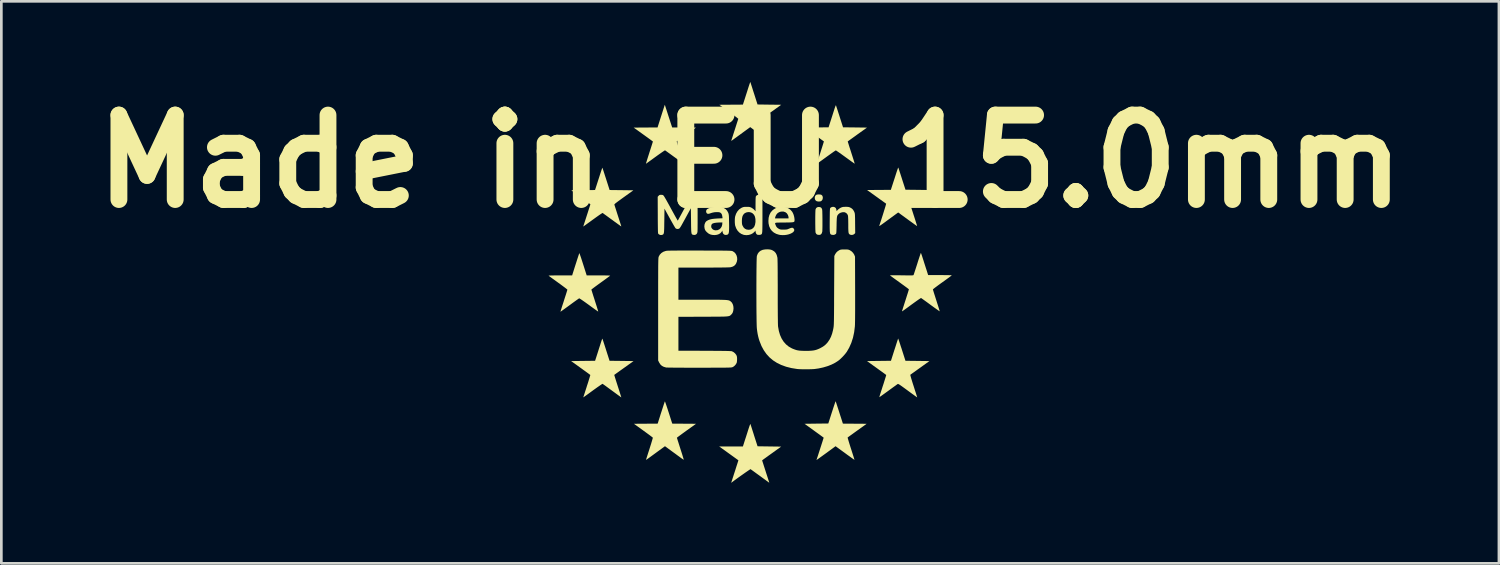
<source format=kicad_pcb>
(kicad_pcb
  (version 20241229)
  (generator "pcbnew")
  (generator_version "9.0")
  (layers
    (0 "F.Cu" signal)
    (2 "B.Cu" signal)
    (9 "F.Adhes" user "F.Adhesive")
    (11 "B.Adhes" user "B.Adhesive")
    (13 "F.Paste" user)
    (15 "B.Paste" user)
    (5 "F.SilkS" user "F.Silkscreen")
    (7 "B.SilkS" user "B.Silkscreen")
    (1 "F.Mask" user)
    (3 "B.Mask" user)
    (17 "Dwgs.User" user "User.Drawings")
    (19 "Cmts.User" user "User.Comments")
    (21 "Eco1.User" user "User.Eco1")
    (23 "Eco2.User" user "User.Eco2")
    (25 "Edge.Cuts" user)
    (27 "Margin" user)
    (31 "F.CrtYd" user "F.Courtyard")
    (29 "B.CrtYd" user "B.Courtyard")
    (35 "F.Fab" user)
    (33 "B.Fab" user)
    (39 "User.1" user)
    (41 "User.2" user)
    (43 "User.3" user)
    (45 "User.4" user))
  (footprint "Made in EU 15.0mm"
    (layer "F.Cu")
    (at 24.857 7.452)
    (property "Reference" "Made in EU 15.0mm" (at 0 -4.5 180) (layer "F.SilkS") (effects (font (size 3.141 3.141) (thickness 0.627))))
    (attr board_only exclude_from_pos_files exclude_from_bom)
    (fp_poly (pts (xy 2.604 -3.267) (xy 2.652 -3.253) (xy 2.684 -3.223) (xy 2.701 -3.179) (xy 2.704 -3.14) (xy 2.694 -3.085) (xy 2.667 -3.042) (xy 2.634 -3.017) (xy 2.596 -3.007) (xy 2.548 -3.005) (xy 2.499 -3.011) (xy 2.47 -3.02) (xy 2.436 -3.046) (xy 2.413 -3.085) (xy 2.404 -3.132) (xy 2.407 -3.179) (xy 2.426 -3.221) (xy 2.44 -3.238) (xy 2.464 -3.255) (xy 2.495 -3.264) (xy 2.539 -3.269)) (stroke (width 0) (type solid)) (fill yes) (layer "F.SilkS"))
    (fp_poly (pts (xy 2.611 -2.794) (xy 2.649 -2.77) (xy 2.673 -2.728) (xy 2.68 -2.701) (xy 2.682 -2.677) (xy 2.685 -2.635) (xy 2.686 -2.576) (xy 2.688 -2.505) (xy 2.689 -2.426) (xy 2.69 -2.341) (xy 2.69 -2.254) (xy 2.69 -2.169) (xy 2.69 -2.088) (xy 2.689 -2.016) (xy 2.687 -1.955) (xy 2.686 -1.909) (xy 2.683 -1.882) (xy 2.666 -1.826) (xy 2.646 -1.797) (xy 2.622 -1.776) (xy 2.597 -1.766) (xy 2.561 -1.764) (xy 2.559 -1.764) (xy 2.511 -1.769) (xy 2.476 -1.786) (xy 2.475 -1.787) (xy 2.452 -1.813) (xy 2.435 -1.848) (xy 2.434 -1.851) (xy 2.431 -1.874) (xy 2.429 -1.916) (xy 2.426 -1.973) (xy 2.425 -2.043) (xy 2.424 -2.123) (xy 2.423 -2.208) (xy 2.423 -2.296) (xy 2.423 -2.384) (xy 2.424 -2.468) (xy 2.425 -2.545) (xy 2.427 -2.612) (xy 2.429 -2.665) (xy 2.432 -2.701) (xy 2.434 -2.715) (xy 2.457 -2.761) (xy 2.493 -2.79) (xy 2.545 -2.802) (xy 2.558 -2.802)) (stroke (width 0) (type solid)) (fill yes) (layer "F.SilkS"))
    (fp_poly (pts (xy 5.513 -4.266) (xy 5.514 -4.265) (xy 5.518 -4.251) (xy 5.529 -4.218) (xy 5.545 -4.169) (xy 5.565 -4.105) (xy 5.59 -4.031) (xy 5.617 -3.947) (xy 5.646 -3.857) (xy 5.649 -3.846) (xy 5.779 -3.444) (xy 6.223 -3.439) (xy 6.666 -3.433) (xy 6.309 -3.177) (xy 6.23 -3.12) (xy 6.157 -3.068) (xy 6.093 -3.021) (xy 6.038 -2.981) (xy 5.995 -2.949) (xy 5.965 -2.926) (xy 5.952 -2.915) (xy 5.951 -2.914) (xy 5.954 -2.903) (xy 5.964 -2.872) (xy 5.979 -2.825) (xy 5.998 -2.764) (xy 6.022 -2.691) (xy 6.049 -2.608) (xy 6.078 -2.518) (xy 6.083 -2.501) (xy 6.113 -2.41) (xy 6.14 -2.326) (xy 6.163 -2.251) (xy 6.183 -2.188) (xy 6.199 -2.138) (xy 6.208 -2.105) (xy 6.212 -2.09) (xy 6.212 -2.09) (xy 6.203 -2.095) (xy 6.178 -2.113) (xy 6.138 -2.14) (xy 6.087 -2.177) (xy 6.025 -2.222) (xy 5.955 -2.272) (xy 5.878 -2.328) (xy 5.859 -2.342) (xy 5.508 -2.598) (xy 5.174 -2.354) (xy 5.082 -2.286) (xy 5.006 -2.23) (xy 4.945 -2.186) (xy 4.897 -2.152) (xy 4.861 -2.127) (xy 4.835 -2.109) (xy 4.818 -2.099) (xy 4.808 -2.094) (xy 4.804 -2.094) (xy 4.803 -2.098) (xy 4.805 -2.105) (xy 4.805 -2.106) (xy 4.841 -2.216) (xy 4.877 -2.324) (xy 4.911 -2.43) (xy 4.943 -2.531) (xy 4.972 -2.625) (xy 4.998 -2.71) (xy 5.021 -2.783) (xy 5.039 -2.844) (xy 5.051 -2.889) (xy 5.058 -2.916) (xy 5.059 -2.925) (xy 5.048 -2.932) (xy 5.021 -2.952) (xy 4.98 -2.981) (xy 4.927 -3.019) (xy 4.864 -3.064) (xy 4.793 -3.115) (xy 4.716 -3.171) (xy 4.7 -3.182) (xy 4.35 -3.433) (xy 4.793 -3.436) (xy 5.235 -3.439) (xy 5.331 -3.737) (xy 5.371 -3.859) (xy 5.404 -3.962) (xy 5.431 -4.046) (xy 5.453 -4.114) (xy 5.471 -4.167) (xy 5.485 -4.207) (xy 5.495 -4.236) (xy 5.502 -4.254) (xy 5.508 -4.264) (xy 5.511 -4.268)) (stroke (width 0) (type solid)) (fill yes) (layer "F.SilkS"))
    (fp_poly (pts (xy 0.014 5.284) (xy 0.025 5.317) (xy 0.041 5.366) (xy 0.061 5.429) (xy 0.085 5.504) (xy 0.112 5.588) (xy 0.141 5.679) (xy 0.145 5.694) (xy 0.276 6.101) (xy 0.715 6.107) (xy 1.154 6.113) (xy 0.826 6.349) (xy 0.749 6.404) (xy 0.677 6.455) (xy 0.613 6.502) (xy 0.558 6.542) (xy 0.514 6.573) (xy 0.485 6.595) (xy 0.471 6.605) (xy 0.446 6.626) (xy 0.575 7.028) (xy 0.604 7.119) (xy 0.632 7.203) (xy 0.656 7.279) (xy 0.677 7.343) (xy 0.693 7.394) (xy 0.704 7.429) (xy 0.71 7.445) (xy 0.71 7.446) (xy 0.71 7.455) (xy 0.701 7.45) (xy 0.685 7.438) (xy 0.655 7.416) (xy 0.612 7.385) (xy 0.559 7.346) (xy 0.498 7.302) (xy 0.432 7.254) (xy 0.364 7.204) (xy 0.296 7.155) (xy 0.229 7.107) (xy 0.168 7.062) (xy 0.114 7.023) (xy 0.069 6.99) (xy 0.036 6.967) (xy 0.018 6.954) (xy 0.015 6.952) (xy 0.004 6.957) (xy -0.022 6.974) (xy -0.062 7) (xy -0.113 7.035) (xy -0.173 7.076) (xy -0.238 7.122) (xy -0.308 7.171) (xy -0.38 7.222) (xy -0.451 7.273) (xy -0.519 7.322) (xy -0.582 7.368) (xy -0.636 7.409) (xy -0.681 7.443) (xy -0.692 7.451) (xy -0.703 7.457) (xy -0.702 7.447) (xy -0.701 7.447) (xy -0.697 7.432) (xy -0.686 7.399) (xy -0.67 7.351) (xy -0.651 7.29) (xy -0.628 7.221) (xy -0.604 7.144) (xy -0.578 7.065) (xy -0.552 6.985) (xy -0.528 6.908) (xy -0.505 6.836) (xy -0.484 6.773) (xy -0.468 6.722) (xy -0.456 6.685) (xy -0.451 6.669) (xy -0.437 6.622) (xy -0.795 6.364) (xy -1.153 6.107) (xy -0.711 6.107) (xy -0.269 6.107) (xy -0.19 5.859) (xy -0.162 5.774) (xy -0.133 5.683) (xy -0.104 5.593) (xy -0.078 5.51) (xy -0.056 5.441) (xy -0.053 5.432) (xy -0.034 5.375) (xy -0.017 5.327) (xy -0.003 5.292) (xy 0.006 5.272) (xy 0.01 5.27)) (stroke (width 0) (type solid)) (fill yes) (layer "F.SilkS"))
    (fp_poly (pts (xy -3.082 -6.319) (xy -3.055 -6.234) (xy -3.027 -6.148) (xy -3 -6.065) (xy -2.976 -5.991) (xy -2.956 -5.93) (xy -2.946 -5.898) (xy -2.901 -5.761) (xy -2.458 -5.758) (xy -2.015 -5.755) (xy -2.333 -5.527) (xy -2.41 -5.473) (xy -2.481 -5.421) (xy -2.547 -5.374) (xy -2.603 -5.333) (xy -2.648 -5.3) (xy -2.679 -5.278) (xy -2.692 -5.268) (xy -2.733 -5.236) (xy -2.6 -4.826) (xy -2.571 -4.735) (xy -2.544 -4.651) (xy -2.521 -4.576) (xy -2.501 -4.512) (xy -2.486 -4.462) (xy -2.476 -4.429) (xy -2.472 -4.413) (xy -2.472 -4.413) (xy -2.482 -4.418) (xy -2.507 -4.436) (xy -2.547 -4.463) (xy -2.598 -4.5) (xy -2.66 -4.544) (xy -2.729 -4.595) (xy -2.805 -4.65) (xy -2.814 -4.656) (xy -2.891 -4.712) (xy -2.962 -4.764) (xy -3.026 -4.81) (xy -3.08 -4.849) (xy -3.123 -4.88) (xy -3.152 -4.9) (xy -3.166 -4.909) (xy -3.166 -4.909) (xy -3.178 -4.904) (xy -3.206 -4.886) (xy -3.247 -4.859) (xy -3.301 -4.822) (xy -3.364 -4.778) (xy -3.435 -4.728) (xy -3.512 -4.672) (xy -3.526 -4.662) (xy -3.603 -4.606) (xy -3.674 -4.554) (xy -3.738 -4.508) (xy -3.792 -4.469) (xy -3.834 -4.439) (xy -3.863 -4.419) (xy -3.876 -4.41) (xy -3.877 -4.41) (xy -3.874 -4.42) (xy -3.866 -4.449) (xy -3.852 -4.495) (xy -3.834 -4.555) (xy -3.811 -4.628) (xy -3.785 -4.71) (xy -3.756 -4.799) (xy -3.75 -4.82) (xy -3.72 -4.912) (xy -3.693 -4.996) (xy -3.669 -5.071) (xy -3.649 -5.135) (xy -3.633 -5.186) (xy -3.622 -5.22) (xy -3.617 -5.235) (xy -3.617 -5.236) (xy -3.626 -5.244) (xy -3.651 -5.263) (xy -3.69 -5.292) (xy -3.742 -5.33) (xy -3.804 -5.375) (xy -3.875 -5.426) (xy -3.952 -5.482) (xy -3.976 -5.499) (xy -4.334 -5.755) (xy -3.889 -5.758) (xy -3.444 -5.761) (xy -3.339 -6.093) (xy -3.311 -6.18) (xy -3.284 -6.265) (xy -3.259 -6.343) (xy -3.237 -6.412) (xy -3.219 -6.468) (xy -3.206 -6.507) (xy -3.204 -6.515) (xy -3.174 -6.604)) (stroke (width 0) (type solid)) (fill yes) (layer "F.SilkS"))
    (fp_poly (pts (xy -3.167 4.438) (xy -3.156 4.466) (xy -3.141 4.51) (xy -3.12 4.57) (xy -3.096 4.641) (xy -3.069 4.723) (xy -3.04 4.813) (xy -3.031 4.84) (xy -2.898 5.258) (xy -2.456 5.261) (xy -2.013 5.264) (xy -2.369 5.519) (xy -2.447 5.576) (xy -2.519 5.628) (xy -2.584 5.676) (xy -2.638 5.716) (xy -2.681 5.748) (xy -2.71 5.77) (xy -2.724 5.782) (xy -2.724 5.782) (xy -2.721 5.795) (xy -2.711 5.825) (xy -2.697 5.873) (xy -2.677 5.934) (xy -2.654 6.008) (xy -2.628 6.09) (xy -2.599 6.18) (xy -2.596 6.191) (xy -2.567 6.281) (xy -2.54 6.365) (xy -2.517 6.439) (xy -2.498 6.502) (xy -2.483 6.551) (xy -2.473 6.585) (xy -2.47 6.599) (xy -2.47 6.599) (xy -2.479 6.597) (xy -2.503 6.583) (xy -2.537 6.56) (xy -2.568 6.538) (xy -2.603 6.512) (xy -2.652 6.476) (xy -2.713 6.432) (xy -2.78 6.382) (xy -2.852 6.33) (xy -2.916 6.283) (xy -3.168 6.098) (xy -3.474 6.321) (xy -3.549 6.376) (xy -3.62 6.428) (xy -3.685 6.475) (xy -3.741 6.516) (xy -3.785 6.548) (xy -3.816 6.57) (xy -3.828 6.578) (xy -3.856 6.597) (xy -3.869 6.604) (xy -3.872 6.6) (xy -3.869 6.586) (xy -3.863 6.569) (xy -3.852 6.534) (xy -3.836 6.483) (xy -3.815 6.418) (xy -3.791 6.342) (xy -3.764 6.259) (xy -3.738 6.177) (xy -3.71 6.088) (xy -3.684 6.006) (xy -3.662 5.933) (xy -3.644 5.871) (xy -3.63 5.824) (xy -3.622 5.792) (xy -3.62 5.78) (xy -3.63 5.771) (xy -3.657 5.75) (xy -3.697 5.719) (xy -3.749 5.68) (xy -3.812 5.634) (xy -3.883 5.582) (xy -3.96 5.526) (xy -3.975 5.515) (xy -4.325 5.264) (xy -3.882 5.261) (xy -3.439 5.258) (xy -3.418 5.189) (xy -3.396 5.118) (xy -3.371 5.04) (xy -3.345 4.957) (xy -3.318 4.871) (xy -3.29 4.786) (xy -3.264 4.705) (xy -3.239 4.629) (xy -3.217 4.561) (xy -3.198 4.505) (xy -3.184 4.462) (xy -3.175 4.437) (xy -3.172 4.43)) (stroke (width 0) (type solid)) (fill yes) (layer "F.SilkS"))
    (fp_poly (pts (xy 1.246 -2.808) (xy 1.337 -2.788) (xy 1.422 -2.752) (xy 1.496 -2.701) (xy 1.557 -2.634) (xy 1.59 -2.58) (xy 1.619 -2.509) (xy 1.64 -2.429) (xy 1.651 -2.351) (xy 1.652 -2.327) (xy 1.652 -2.3) (xy 1.65 -2.279) (xy 1.645 -2.262) (xy 1.633 -2.25) (xy 1.612 -2.24) (xy 1.582 -2.234) (xy 1.538 -2.23) (xy 1.48 -2.227) (xy 1.405 -2.226) (xy 1.31 -2.224) (xy 1.266 -2.224) (xy 1.168 -2.223) (xy 1.09 -2.222) (xy 1.03 -2.221) (xy 0.986 -2.219) (xy 0.957 -2.214) (xy 0.938 -2.208) (xy 0.93 -2.198) (xy 0.929 -2.186) (xy 0.933 -2.169) (xy 0.941 -2.147) (xy 0.945 -2.136) (xy 0.97 -2.078) (xy 1.004 -2.034) (xy 1.051 -1.999) (xy 1.065 -1.991) (xy 1.092 -1.977) (xy 1.116 -1.968) (xy 1.143 -1.963) (xy 1.178 -1.96) (xy 1.229 -1.96) (xy 1.245 -1.96) (xy 1.302 -1.961) (xy 1.344 -1.964) (xy 1.378 -1.969) (xy 1.409 -1.979) (xy 1.44 -1.992) (xy 1.497 -2.015) (xy 1.54 -2.027) (xy 1.571 -2.029) (xy 1.595 -2.02) (xy 1.613 -2.006) (xy 1.637 -1.97) (xy 1.642 -1.934) (xy 1.628 -1.899) (xy 1.599 -1.865) (xy 1.556 -1.835) (xy 1.501 -1.808) (xy 1.437 -1.785) (xy 1.366 -1.768) (xy 1.29 -1.758) (xy 1.212 -1.755) (xy 1.132 -1.76) (xy 1.076 -1.769) (xy 0.971 -1.802) (xy 0.881 -1.851) (xy 0.807 -1.915) (xy 0.749 -1.994) (xy 0.708 -2.087) (xy 0.685 -2.193) (xy 0.68 -2.283) (xy 0.687 -2.378) (xy 0.925 -2.378) (xy 1.177 -2.378) (xy 1.429 -2.378) (xy 1.429 -2.414) (xy 1.424 -2.445) (xy 1.412 -2.485) (xy 1.402 -2.509) (xy 1.364 -2.567) (xy 1.312 -2.607) (xy 1.248 -2.629) (xy 1.225 -2.632) (xy 1.145 -2.629) (xy 1.074 -2.606) (xy 1.014 -2.565) (xy 0.968 -2.508) (xy 0.938 -2.436) (xy 0.932 -2.414) (xy 0.925 -2.378) (xy 0.687 -2.378) (xy 0.688 -2.399) (xy 0.715 -2.502) (xy 0.759 -2.592) (xy 0.821 -2.668) (xy 0.899 -2.729) (xy 0.956 -2.76) (xy 1.052 -2.794) (xy 1.15 -2.81)) (stroke (width 0) (type solid)) (fill yes) (layer "F.SilkS"))
    (fp_poly (pts (xy 3.182 4.431) (xy 3.187 4.442) (xy 3.193 4.462) (xy 3.204 4.491) (xy 3.217 4.533) (xy 3.235 4.587) (xy 3.257 4.656) (xy 3.285 4.741) (xy 3.318 4.845) (xy 3.357 4.967) (xy 3.366 4.993) (xy 3.451 5.258) (xy 3.892 5.261) (xy 4.334 5.264) (xy 3.985 5.515) (xy 3.907 5.571) (xy 3.835 5.623) (xy 3.77 5.67) (xy 3.715 5.709) (xy 3.672 5.741) (xy 3.642 5.762) (xy 3.628 5.772) (xy 3.627 5.772) (xy 3.629 5.784) (xy 3.636 5.814) (xy 3.65 5.861) (xy 3.668 5.923) (xy 3.69 5.996) (xy 3.716 6.079) (xy 3.745 6.169) (xy 3.752 6.19) (xy 3.781 6.282) (xy 3.808 6.366) (xy 3.832 6.441) (xy 3.852 6.505) (xy 3.867 6.555) (xy 3.877 6.589) (xy 3.882 6.605) (xy 3.882 6.606) (xy 3.872 6.6) (xy 3.847 6.583) (xy 3.807 6.555) (xy 3.755 6.518) (xy 3.694 6.473) (xy 3.623 6.423) (xy 3.547 6.367) (xy 3.528 6.353) (xy 3.178 6.098) (xy 3.121 6.14) (xy 3.047 6.195) (xy 2.969 6.252) (xy 2.89 6.309) (xy 2.813 6.366) (xy 2.738 6.42) (xy 2.669 6.47) (xy 2.606 6.515) (xy 2.554 6.553) (xy 2.512 6.582) (xy 2.485 6.601) (xy 2.473 6.609) (xy 2.472 6.609) (xy 2.47 6.603) (xy 2.471 6.601) (xy 2.475 6.589) (xy 2.485 6.559) (xy 2.5 6.513) (xy 2.52 6.455) (xy 2.542 6.386) (xy 2.566 6.311) (xy 2.592 6.231) (xy 2.618 6.15) (xy 2.644 6.07) (xy 2.668 5.995) (xy 2.69 5.927) (xy 2.708 5.868) (xy 2.723 5.822) (xy 2.732 5.792) (xy 2.735 5.781) (xy 2.735 5.781) (xy 2.727 5.773) (xy 2.702 5.755) (xy 2.662 5.726) (xy 2.611 5.688) (xy 2.549 5.643) (xy 2.478 5.592) (xy 2.401 5.536) (xy 2.379 5.52) (xy 2.023 5.264) (xy 2.465 5.258) (xy 2.908 5.253) (xy 3.041 4.837) (xy 3.071 4.746) (xy 3.098 4.661) (xy 3.123 4.587) (xy 3.144 4.524) (xy 3.161 4.474) (xy 3.173 4.441) (xy 3.179 4.427) (xy 3.18 4.426)) (stroke (width 0) (type solid)) (fill yes) (layer "F.SilkS"))
    (fp_poly (pts (xy 0.012 -7.439) (xy 0.022 -7.407) (xy 0.037 -7.359) (xy 0.057 -7.297) (xy 0.081 -7.223) (xy 0.107 -7.139) (xy 0.136 -7.049) (xy 0.143 -7.028) (xy 0.275 -6.615) (xy 0.715 -6.609) (xy 1.156 -6.604) (xy 0.801 -6.349) (xy 0.723 -6.293) (xy 0.651 -6.241) (xy 0.586 -6.194) (xy 0.532 -6.154) (xy 0.489 -6.123) (xy 0.46 -6.101) (xy 0.447 -6.09) (xy 0.447 -6.09) (xy 0.45 -6.079) (xy 0.459 -6.049) (xy 0.473 -6.004) (xy 0.492 -5.946) (xy 0.513 -5.878) (xy 0.537 -5.803) (xy 0.563 -5.724) (xy 0.589 -5.643) (xy 0.614 -5.564) (xy 0.639 -5.488) (xy 0.661 -5.42) (xy 0.68 -5.361) (xy 0.695 -5.315) (xy 0.703 -5.289) (xy 0.707 -5.279) (xy 0.71 -5.272) (xy 0.71 -5.267) (xy 0.706 -5.266) (xy 0.697 -5.271) (xy 0.68 -5.281) (xy 0.654 -5.299) (xy 0.618 -5.325) (xy 0.569 -5.36) (xy 0.506 -5.406) (xy 0.428 -5.463) (xy 0.38 -5.498) (xy 0.305 -5.553) (xy 0.235 -5.603) (xy 0.172 -5.649) (xy 0.118 -5.689) (xy 0.076 -5.719) (xy 0.048 -5.74) (xy 0.038 -5.747) (xy 0.003 -5.772) (xy -0.297 -5.553) (xy -0.372 -5.498) (xy -0.443 -5.447) (xy -0.508 -5.399) (xy -0.565 -5.358) (xy -0.61 -5.325) (xy -0.641 -5.302) (xy -0.652 -5.294) (xy -0.681 -5.273) (xy -0.697 -5.264) (xy -0.701 -5.267) (xy -0.698 -5.28) (xy -0.698 -5.282) (xy -0.693 -5.298) (xy -0.682 -5.332) (xy -0.666 -5.381) (xy -0.646 -5.442) (xy -0.624 -5.513) (xy -0.599 -5.59) (xy -0.573 -5.67) (xy -0.547 -5.751) (xy -0.522 -5.829) (xy -0.499 -5.902) (xy -0.478 -5.966) (xy -0.461 -6.019) (xy -0.449 -6.057) (xy -0.442 -6.078) (xy -0.441 -6.081) (xy -0.449 -6.09) (xy -0.473 -6.11) (xy -0.512 -6.141) (xy -0.563 -6.18) (xy -0.624 -6.226) (xy -0.694 -6.278) (xy -0.771 -6.333) (xy -0.792 -6.349) (xy -1.147 -6.604) (xy -0.708 -6.607) (xy -0.269 -6.61) (xy -0.189 -6.858) (xy -0.162 -6.943) (xy -0.133 -7.033) (xy -0.104 -7.123) (xy -0.078 -7.206) (xy -0.056 -7.275) (xy -0.053 -7.284) (xy -0.034 -7.342) (xy -0.017 -7.391) (xy -0.004 -7.427) (xy 0.005 -7.448) (xy 0.007 -7.452)) (stroke (width 0) (type solid)) (fill yes) (layer "F.SilkS"))
    (fp_poly (pts (xy 5.511 2.102) (xy 5.521 2.13) (xy 5.537 2.175) (xy 5.557 2.235) (xy 5.581 2.307) (xy 5.607 2.389) (xy 5.637 2.478) (xy 5.645 2.504) (xy 5.778 2.92) (xy 6.224 2.925) (xy 6.669 2.931) (xy 6.32 3.182) (xy 6.241 3.238) (xy 6.169 3.29) (xy 6.104 3.337) (xy 6.048 3.376) (xy 6.004 3.408) (xy 5.974 3.429) (xy 5.96 3.44) (xy 5.959 3.44) (xy 5.96 3.452) (xy 5.967 3.484) (xy 5.98 3.532) (xy 5.999 3.597) (xy 6.023 3.676) (xy 6.051 3.766) (xy 6.083 3.864) (xy 6.112 3.956) (xy 6.139 4.041) (xy 6.164 4.117) (xy 6.184 4.181) (xy 6.2 4.231) (xy 6.21 4.266) (xy 6.215 4.282) (xy 6.215 4.283) (xy 6.206 4.277) (xy 6.181 4.259) (xy 6.141 4.231) (xy 6.09 4.193) (xy 6.028 4.149) (xy 5.958 4.098) (xy 5.882 4.042) (xy 5.862 4.027) (xy 5.773 3.962) (xy 5.7 3.909) (xy 5.642 3.867) (xy 5.596 3.835) (xy 5.561 3.811) (xy 5.535 3.796) (xy 5.516 3.786) (xy 5.504 3.782) (xy 5.495 3.782) (xy 5.488 3.785) (xy 5.474 3.795) (xy 5.444 3.816) (xy 5.401 3.848) (xy 5.346 3.887) (xy 5.281 3.934) (xy 5.21 3.986) (xy 5.138 4.039) (xy 5.063 4.093) (xy 4.994 4.143) (xy 4.932 4.187) (xy 4.881 4.224) (xy 4.842 4.251) (xy 4.816 4.269) (xy 4.806 4.274) (xy 4.809 4.263) (xy 4.817 4.233) (xy 4.831 4.186) (xy 4.85 4.125) (xy 4.873 4.052) (xy 4.9 3.97) (xy 4.928 3.88) (xy 4.934 3.863) (xy 4.964 3.772) (xy 4.99 3.688) (xy 5.014 3.612) (xy 5.034 3.549) (xy 5.049 3.499) (xy 5.059 3.465) (xy 5.062 3.449) (xy 5.062 3.449) (xy 5.052 3.44) (xy 5.027 3.421) (xy 4.991 3.394) (xy 4.946 3.361) (xy 4.927 3.347) (xy 4.878 3.312) (xy 4.816 3.268) (xy 4.746 3.217) (xy 4.671 3.163) (xy 4.598 3.111) (xy 4.572 3.092) (xy 4.349 2.931) (xy 4.794 2.925) (xy 5.239 2.92) (xy 5.37 2.508) (xy 5.4 2.417) (xy 5.427 2.333) (xy 5.451 2.257) (xy 5.472 2.193) (xy 5.489 2.143) (xy 5.5 2.109) (xy 5.506 2.094) (xy 5.507 2.093)) (stroke (width 0) (type solid)) (fill yes) (layer "F.SilkS"))
    (fp_poly (pts (xy -5.494 2.099) (xy -5.49 2.113) (xy -5.479 2.146) (xy -5.463 2.195) (xy -5.443 2.258) (xy -5.418 2.333) (xy -5.391 2.417) (xy -5.362 2.507) (xy -5.359 2.518) (xy -5.23 2.92) (xy -4.784 2.925) (xy -4.338 2.931) (xy -4.695 3.187) (xy -4.774 3.243) (xy -4.847 3.295) (xy -4.912 3.342) (xy -4.967 3.381) (xy -5.01 3.413) (xy -5.04 3.434) (xy -5.054 3.444) (xy -5.055 3.445) (xy -5.053 3.456) (xy -5.044 3.485) (xy -5.03 3.532) (xy -5.011 3.593) (xy -4.988 3.666) (xy -4.962 3.748) (xy -4.933 3.838) (xy -4.925 3.864) (xy -4.895 3.956) (xy -4.868 4.041) (xy -4.844 4.116) (xy -4.824 4.181) (xy -4.808 4.231) (xy -4.797 4.265) (xy -4.793 4.281) (xy -4.793 4.282) (xy -4.802 4.276) (xy -4.827 4.258) (xy -4.866 4.23) (xy -4.918 4.193) (xy -4.979 4.148) (xy -5.049 4.097) (xy -5.124 4.042) (xy -5.136 4.033) (xy -5.213 3.977) (xy -5.284 3.925) (xy -5.348 3.878) (xy -5.403 3.838) (xy -5.446 3.808) (xy -5.475 3.787) (xy -5.489 3.777) (xy -5.49 3.777) (xy -5.502 3.782) (xy -5.529 3.799) (xy -5.571 3.827) (xy -5.624 3.864) (xy -5.688 3.908) (xy -5.759 3.959) (xy -5.836 4.014) (xy -5.856 4.029) (xy -5.933 4.085) (xy -6.005 4.138) (xy -6.069 4.184) (xy -6.123 4.223) (xy -6.165 4.253) (xy -6.194 4.274) (xy -6.207 4.282) (xy -6.207 4.283) (xy -6.204 4.272) (xy -6.195 4.242) (xy -6.18 4.195) (xy -6.16 4.134) (xy -6.137 4.061) (xy -6.11 3.979) (xy -6.081 3.889) (xy -6.075 3.867) (xy -6.045 3.776) (xy -6.018 3.691) (xy -5.995 3.615) (xy -5.975 3.551) (xy -5.96 3.5) (xy -5.95 3.465) (xy -5.946 3.449) (xy -5.946 3.448) (xy -5.956 3.44) (xy -5.982 3.42) (xy -6.023 3.39) (xy -6.075 3.352) (xy -6.138 3.306) (xy -6.209 3.255) (xy -6.286 3.199) (xy -6.306 3.185) (xy -6.66 2.931) (xy -6.214 2.925) (xy -5.768 2.92) (xy -5.68 2.646) (xy -5.653 2.562) (xy -5.626 2.475) (xy -5.599 2.391) (xy -5.575 2.316) (xy -5.555 2.253) (xy -5.547 2.227) (xy -5.53 2.176) (xy -5.515 2.135) (xy -5.503 2.108) (xy -5.496 2.098)) (stroke (width 0) (type solid)) (fill yes) (layer "F.SilkS"))
    (fp_poly (pts (xy 3.197 -6.573) (xy 3.207 -6.54) (xy 3.223 -6.491) (xy 3.244 -6.427) (xy 3.268 -6.353) (xy 3.295 -6.269) (xy 3.324 -6.179) (xy 3.327 -6.168) (xy 3.456 -5.766) (xy 3.902 -5.761) (xy 4.347 -5.755) (xy 3.99 -5.5) (xy 3.912 -5.443) (xy 3.839 -5.391) (xy 3.774 -5.344) (xy 3.719 -5.305) (xy 3.676 -5.274) (xy 3.646 -5.252) (xy 3.632 -5.242) (xy 3.631 -5.241) (xy 3.633 -5.231) (xy 3.642 -5.201) (xy 3.657 -5.155) (xy 3.675 -5.094) (xy 3.698 -5.021) (xy 3.725 -4.939) (xy 3.754 -4.849) (xy 3.761 -4.827) (xy 3.79 -4.736) (xy 3.817 -4.651) (xy 3.841 -4.576) (xy 3.861 -4.512) (xy 3.876 -4.462) (xy 3.886 -4.428) (xy 3.89 -4.412) (xy 3.89 -4.412) (xy 3.881 -4.417) (xy 3.855 -4.434) (xy 3.816 -4.462) (xy 3.764 -4.499) (xy 3.703 -4.543) (xy 3.633 -4.594) (xy 3.557 -4.649) (xy 3.546 -4.657) (xy 3.469 -4.713) (xy 3.397 -4.765) (xy 3.332 -4.811) (xy 3.277 -4.849) (xy 3.233 -4.879) (xy 3.203 -4.899) (xy 3.189 -4.907) (xy 3.188 -4.907) (xy 3.176 -4.9) (xy 3.147 -4.882) (xy 3.105 -4.854) (xy 3.051 -4.816) (xy 2.988 -4.771) (xy 2.917 -4.72) (xy 2.84 -4.665) (xy 2.831 -4.658) (xy 2.755 -4.603) (xy 2.684 -4.551) (xy 2.621 -4.506) (xy 2.567 -4.467) (xy 2.526 -4.438) (xy 2.498 -4.418) (xy 2.486 -4.41) (xy 2.485 -4.41) (xy 2.484 -4.419) (xy 2.49 -4.441) (xy 2.505 -4.487) (xy 2.524 -4.546) (xy 2.547 -4.615) (xy 2.571 -4.691) (xy 2.597 -4.771) (xy 2.623 -4.853) (xy 2.648 -4.934) (xy 2.673 -5.011) (xy 2.695 -5.081) (xy 2.714 -5.142) (xy 2.729 -5.191) (xy 2.739 -5.224) (xy 2.744 -5.241) (xy 2.744 -5.241) (xy 2.735 -5.248) (xy 2.709 -5.267) (xy 2.669 -5.295) (xy 2.617 -5.333) (xy 2.555 -5.378) (xy 2.484 -5.428) (xy 2.407 -5.484) (xy 2.385 -5.499) (xy 2.029 -5.755) (xy 2.474 -5.761) (xy 2.918 -5.766) (xy 2.997 -6.012) (xy 3.024 -6.096) (xy 3.053 -6.186) (xy 3.081 -6.274) (xy 3.107 -6.356) (xy 3.128 -6.423) (xy 3.131 -6.43) (xy 3.149 -6.487) (xy 3.166 -6.534) (xy 3.18 -6.568) (xy 3.189 -6.585) (xy 3.192 -6.587)) (stroke (width 0) (type solid)) (fill yes) (layer "F.SilkS"))
    (fp_poly (pts (xy -5.493 -4.25) (xy -5.482 -4.22) (xy -5.466 -4.173) (xy -5.446 -4.111) (xy -5.422 -4.038) (xy -5.396 -3.955) (xy -5.366 -3.865) (xy -5.36 -3.845) (xy -5.228 -3.433) (xy -4.786 -3.428) (xy -4.344 -3.422) (xy -4.701 -3.166) (xy -4.792 -3.1) (xy -4.866 -3.046) (xy -4.925 -3.003) (xy -4.971 -2.968) (xy -5.005 -2.942) (xy -5.028 -2.921) (xy -5.042 -2.907) (xy -5.05 -2.896) (xy -5.051 -2.888) (xy -5.051 -2.887) (xy -5.045 -2.869) (xy -5.034 -2.834) (xy -5.018 -2.784) (xy -4.998 -2.722) (xy -4.975 -2.651) (xy -4.951 -2.574) (xy -4.925 -2.494) (xy -4.899 -2.414) (xy -4.874 -2.336) (xy -4.851 -2.264) (xy -4.831 -2.201) (xy -4.814 -2.149) (xy -4.802 -2.112) (xy -4.796 -2.092) (xy -4.795 -2.09) (xy -4.796 -2.081) (xy -4.804 -2.084) (xy -4.815 -2.091) (xy -4.841 -2.11) (xy -4.881 -2.139) (xy -4.932 -2.175) (xy -4.99 -2.218) (xy -5.055 -2.264) (xy -5.122 -2.314) (xy -5.191 -2.363) (xy -5.258 -2.412) (xy -5.321 -2.458) (xy -5.377 -2.499) (xy -5.425 -2.533) (xy -5.461 -2.56) (xy -5.483 -2.576) (xy -5.487 -2.58) (xy -5.499 -2.575) (xy -5.526 -2.559) (xy -5.568 -2.532) (xy -5.622 -2.495) (xy -5.687 -2.449) (xy -5.76 -2.397) (xy -5.84 -2.339) (xy -5.85 -2.332) (xy -5.927 -2.276) (xy -5.999 -2.224) (xy -6.064 -2.177) (xy -6.118 -2.138) (xy -6.161 -2.107) (xy -6.191 -2.086) (xy -6.204 -2.077) (xy -6.205 -2.077) (xy -6.206 -2.085) (xy -6.203 -2.094) (xy -6.198 -2.108) (xy -6.188 -2.141) (xy -6.172 -2.19) (xy -6.151 -2.253) (xy -6.127 -2.328) (xy -6.1 -2.411) (xy -6.072 -2.498) (xy -6.043 -2.587) (xy -6.017 -2.67) (xy -5.993 -2.743) (xy -5.973 -2.805) (xy -5.958 -2.853) (xy -5.947 -2.885) (xy -5.943 -2.897) (xy -5.951 -2.906) (xy -5.975 -2.926) (xy -6.014 -2.957) (xy -6.065 -2.995) (xy -6.126 -3.041) (xy -6.197 -3.093) (xy -6.273 -3.149) (xy -6.297 -3.165) (xy -6.654 -3.422) (xy -6.212 -3.428) (xy -5.77 -3.433) (xy -5.716 -3.601) (xy -5.696 -3.663) (xy -5.671 -3.741) (xy -5.643 -3.828) (xy -5.614 -3.917) (xy -5.587 -4.002) (xy -5.582 -4.017) (xy -5.559 -4.087) (xy -5.539 -4.149) (xy -5.521 -4.2) (xy -5.508 -4.238) (xy -5.499 -4.258) (xy -5.497 -4.261)) (stroke (width 0) (type solid)) (fill yes) (layer "F.SilkS"))
    (fp_poly (pts (xy 3.61 -2.807) (xy 3.649 -2.804) (xy 3.679 -2.798) (xy 3.708 -2.787) (xy 3.732 -2.776) (xy 3.787 -2.742) (xy 3.829 -2.699) (xy 3.864 -2.641) (xy 3.878 -2.61) (xy 3.884 -2.593) (xy 3.89 -2.575) (xy 3.894 -2.554) (xy 3.897 -2.527) (xy 3.9 -2.491) (xy 3.901 -2.445) (xy 3.903 -2.384) (xy 3.904 -2.308) (xy 3.905 -2.212) (xy 3.905 -2.191) (xy 3.909 -1.831) (xy 3.876 -1.797) (xy 3.835 -1.771) (xy 3.785 -1.761) (xy 3.735 -1.767) (xy 3.7 -1.783) (xy 3.686 -1.794) (xy 3.675 -1.809) (xy 3.666 -1.83) (xy 3.66 -1.86) (xy 3.656 -1.901) (xy 3.653 -1.957) (xy 3.651 -2.028) (xy 3.651 -2.119) (xy 3.651 -2.154) (xy 3.65 -2.247) (xy 3.649 -2.329) (xy 3.646 -2.396) (xy 3.643 -2.447) (xy 3.64 -2.479) (xy 3.638 -2.484) (xy 3.613 -2.537) (xy 3.573 -2.578) (xy 3.522 -2.603) (xy 3.503 -2.607) (xy 3.44 -2.607) (xy 3.375 -2.592) (xy 3.318 -2.563) (xy 3.294 -2.543) (xy 3.274 -2.523) (xy 3.258 -2.503) (xy 3.245 -2.481) (xy 3.236 -2.455) (xy 3.229 -2.42) (xy 3.224 -2.376) (xy 3.221 -2.318) (xy 3.218 -2.245) (xy 3.216 -2.152) (xy 3.216 -2.124) (xy 3.214 -2.034) (xy 3.212 -1.963) (xy 3.21 -1.909) (xy 3.208 -1.87) (xy 3.205 -1.842) (xy 3.202 -1.823) (xy 3.197 -1.81) (xy 3.191 -1.802) (xy 3.186 -1.797) (xy 3.149 -1.773) (xy 3.101 -1.762) (xy 3.051 -1.765) (xy 3.029 -1.77) (xy 3.011 -1.776) (xy 2.996 -1.786) (xy 2.984 -1.8) (xy 2.975 -1.822) (xy 2.969 -1.853) (xy 2.964 -1.896) (xy 2.962 -1.951) (xy 2.96 -2.022) (xy 2.96 -2.109) (xy 2.96 -2.215) (xy 2.961 -2.302) (xy 2.962 -2.413) (xy 2.963 -2.504) (xy 2.964 -2.578) (xy 2.965 -2.635) (xy 2.967 -2.678) (xy 2.969 -2.711) (xy 2.971 -2.733) (xy 2.975 -2.748) (xy 2.979 -2.759) (xy 2.984 -2.766) (xy 2.985 -2.768) (xy 3.021 -2.793) (xy 3.069 -2.806) (xy 3.112 -2.805) (xy 3.158 -2.788) (xy 3.19 -2.754) (xy 3.208 -2.704) (xy 3.209 -2.699) (xy 3.216 -2.648) (xy 3.261 -2.696) (xy 3.301 -2.731) (xy 3.352 -2.764) (xy 3.375 -2.776) (xy 3.41 -2.791) (xy 3.442 -2.8) (xy 3.476 -2.805) (xy 3.521 -2.807) (xy 3.556 -2.808)) (stroke (width 0) (type solid)) (fill yes) (layer "F.SilkS"))
    (fp_poly (pts (xy 0.371 -3.251) (xy 0.412 -3.23) (xy 0.427 -3.216) (xy 0.458 -3.182) (xy 0.458 -2.517) (xy 0.458 -2.373) (xy 0.458 -2.25) (xy 0.457 -2.147) (xy 0.456 -2.06) (xy 0.455 -1.989) (xy 0.453 -1.932) (xy 0.451 -1.887) (xy 0.447 -1.853) (xy 0.442 -1.827) (xy 0.437 -1.809) (xy 0.43 -1.796) (xy 0.421 -1.787) (xy 0.411 -1.78) (xy 0.401 -1.775) (xy 0.368 -1.765) (xy 0.326 -1.763) (xy 0.284 -1.767) (xy 0.257 -1.775) (xy 0.233 -1.798) (xy 0.214 -1.834) (xy 0.202 -1.876) (xy 0.201 -1.895) (xy 0.201 -1.925) (xy 0.166 -1.883) (xy 0.106 -1.828) (xy 0.033 -1.787) (xy -0.05 -1.762) (xy -0.138 -1.753) (xy -0.227 -1.763) (xy -0.246 -1.768) (xy -0.332 -1.802) (xy -0.407 -1.855) (xy -0.471 -1.925) (xy -0.521 -2.01) (xy -0.556 -2.108) (xy -0.558 -2.116) (xy -0.565 -2.163) (xy -0.57 -2.225) (xy -0.571 -2.283) (xy -0.307 -2.283) (xy -0.306 -2.225) (xy -0.303 -2.182) (xy -0.298 -2.15) (xy -0.288 -2.121) (xy -0.281 -2.105) (xy -0.242 -2.038) (xy -0.193 -1.992) (xy -0.134 -1.964) (xy -0.062 -1.954) (xy -0.056 -1.954) (xy -0.004 -1.959) (xy 0.043 -1.972) (xy 0.05 -1.975) (xy 0.109 -2.014) (xy 0.153 -2.069) (xy 0.182 -2.142) (xy 0.197 -2.232) (xy 0.199 -2.25) (xy 0.197 -2.352) (xy 0.18 -2.437) (xy 0.148 -2.506) (xy 0.1 -2.559) (xy 0.056 -2.587) (xy -0.005 -2.608) (xy -0.072 -2.612) (xy -0.137 -2.6) (xy -0.195 -2.574) (xy -0.231 -2.544) (xy -0.265 -2.499) (xy -0.288 -2.446) (xy -0.301 -2.383) (xy -0.307 -2.303) (xy -0.307 -2.283) (xy -0.571 -2.283) (xy -0.571 -2.294) (xy -0.569 -2.361) (xy -0.563 -2.419) (xy -0.557 -2.451) (xy -0.523 -2.551) (xy -0.473 -2.638) (xy -0.41 -2.71) (xy -0.334 -2.763) (xy -0.31 -2.776) (xy -0.274 -2.791) (xy -0.243 -2.8) (xy -0.209 -2.805) (xy -0.164 -2.807) (xy -0.128 -2.807) (xy -0.075 -2.807) (xy -0.036 -2.804) (xy -0.006 -2.798) (xy 0.023 -2.787) (xy 0.049 -2.775) (xy 0.092 -2.748) (xy 0.135 -2.715) (xy 0.157 -2.692) (xy 0.201 -2.643) (xy 0.201 -2.906) (xy 0.202 -3.007) (xy 0.203 -3.087) (xy 0.206 -3.147) (xy 0.21 -3.184) (xy 0.214 -3.198) (xy 0.24 -3.23) (xy 0.279 -3.25) (xy 0.324 -3.257)) (stroke (width 0) (type solid)) (fill yes) (layer "F.SilkS"))
    (fp_poly (pts (xy -1.178 -2.81) (xy -1.073 -2.796) (xy -0.986 -2.768) (xy -0.914 -2.724) (xy -0.858 -2.665) (xy -0.817 -2.59) (xy -0.815 -2.585) (xy -0.807 -2.563) (xy -0.801 -2.541) (xy -0.796 -2.516) (xy -0.792 -2.486) (xy -0.789 -2.445) (xy -0.787 -2.393) (xy -0.786 -2.325) (xy -0.784 -2.237) (xy -0.784 -2.23) (xy -0.782 -2.118) (xy -0.782 -2.026) (xy -0.784 -1.952) (xy -0.787 -1.895) (xy -0.793 -1.851) (xy -0.802 -1.819) (xy -0.814 -1.796) (xy -0.83 -1.781) (xy -0.85 -1.771) (xy -0.871 -1.765) (xy -0.926 -1.762) (xy -0.971 -1.778) (xy -1.004 -1.812) (xy -1.024 -1.864) (xy -1.027 -1.88) (xy -1.033 -1.926) (xy -1.057 -1.884) (xy -1.101 -1.832) (xy -1.16 -1.793) (xy -1.232 -1.768) (xy -1.315 -1.757) (xy -1.405 -1.762) (xy -1.419 -1.764) (xy -1.488 -1.783) (xy -1.55 -1.815) (xy -1.611 -1.866) (xy -1.615 -1.87) (xy -1.651 -1.909) (xy -1.674 -1.945) (xy -1.691 -1.988) (xy -1.692 -1.992) (xy -1.704 -2.071) (xy -1.703 -2.088) (xy -1.449 -2.088) (xy -1.444 -2.044) (xy -1.437 -2.025) (xy -1.4 -1.977) (xy -1.351 -1.946) (xy -1.291 -1.933) (xy -1.222 -1.939) (xy -1.203 -1.943) (xy -1.144 -1.971) (xy -1.095 -2.015) (xy -1.059 -2.073) (xy -1.039 -2.141) (xy -1.037 -2.166) (xy -1.033 -2.227) (xy -1.161 -2.224) (xy -1.256 -2.218) (xy -1.331 -2.207) (xy -1.387 -2.19) (xy -1.421 -2.169) (xy -1.422 -2.167) (xy -1.441 -2.132) (xy -1.449 -2.088) (xy -1.703 -2.088) (xy -1.697 -2.149) (xy -1.675 -2.209) (xy -1.654 -2.245) (xy -1.627 -2.273) (xy -1.59 -2.296) (xy -1.552 -2.316) (xy -1.506 -2.333) (xy -1.454 -2.347) (xy -1.393 -2.358) (xy -1.318 -2.366) (xy -1.226 -2.373) (xy -1.186 -2.375) (xy -1.026 -2.382) (xy -1.034 -2.444) (xy -1.046 -2.506) (xy -1.066 -2.551) (xy -1.097 -2.583) (xy -1.109 -2.591) (xy -1.145 -2.605) (xy -1.196 -2.611) (xy -1.258 -2.611) (xy -1.325 -2.606) (xy -1.39 -2.594) (xy -1.45 -2.577) (xy -1.456 -2.575) (xy -1.512 -2.555) (xy -1.554 -2.547) (xy -1.585 -2.55) (xy -1.608 -2.564) (xy -1.619 -2.576) (xy -1.637 -2.616) (xy -1.637 -2.659) (xy -1.62 -2.7) (xy -1.601 -2.72) (xy -1.56 -2.744) (xy -1.501 -2.767) (xy -1.43 -2.785) (xy -1.353 -2.8) (xy -1.274 -2.809) (xy -1.2 -2.811)) (stroke (width 0) (type solid)) (fill yes) (layer "F.SilkS"))
    (fp_poly (pts (xy -6.349 -1.076) (xy -6.339 -1.049) (xy -6.323 -1.004) (xy -6.302 -0.945) (xy -6.278 -0.873) (xy -6.252 -0.792) (xy -6.223 -0.702) (xy -6.214 -0.675) (xy -6.081 -0.257) (xy -5.641 -0.257) (xy -5.522 -0.257) (xy -5.422 -0.256) (xy -5.339 -0.254) (xy -5.276 -0.253) (xy -5.233 -0.25) (xy -5.211 -0.248) (xy -5.208 -0.246) (xy -5.218 -0.237) (xy -5.245 -0.217) (xy -5.285 -0.187) (xy -5.338 -0.148) (xy -5.401 -0.102) (xy -5.471 -0.051) (xy -5.548 0.004) (xy -5.56 0.013) (xy -5.638 0.069) (xy -5.709 0.121) (xy -5.772 0.167) (xy -5.825 0.207) (xy -5.867 0.239) (xy -5.894 0.26) (xy -5.906 0.271) (xy -5.906 0.271) (xy -5.903 0.284) (xy -5.893 0.316) (xy -5.878 0.364) (xy -5.859 0.426) (xy -5.836 0.499) (xy -5.809 0.582) (xy -5.78 0.672) (xy -5.777 0.683) (xy -5.748 0.774) (xy -5.721 0.857) (xy -5.698 0.931) (xy -5.679 0.994) (xy -5.664 1.042) (xy -5.655 1.075) (xy -5.652 1.089) (xy -5.652 1.089) (xy -5.662 1.084) (xy -5.687 1.067) (xy -5.727 1.039) (xy -5.779 1.002) (xy -5.841 0.958) (xy -5.91 0.908) (xy -5.986 0.852) (xy -6 0.842) (xy -6.086 0.78) (xy -6.163 0.725) (xy -6.229 0.679) (xy -6.284 0.641) (xy -6.325 0.615) (xy -6.351 0.6) (xy -6.36 0.597) (xy -6.373 0.604) (xy -6.401 0.624) (xy -6.443 0.653) (xy -6.497 0.692) (xy -6.56 0.737) (xy -6.63 0.788) (xy -6.702 0.841) (xy -6.791 0.906) (xy -6.864 0.959) (xy -6.922 1.001) (xy -6.967 1.033) (xy -7.001 1.057) (xy -7.024 1.074) (xy -7.04 1.085) (xy -7.05 1.09) (xy -7.054 1.092) (xy -7.056 1.09) (xy -7.056 1.088) (xy -7.053 1.077) (xy -7.043 1.046) (xy -7.028 0.999) (xy -7.009 0.937) (xy -6.986 0.864) (xy -6.959 0.782) (xy -6.93 0.693) (xy -6.928 0.684) (xy -6.899 0.594) (xy -6.872 0.511) (xy -6.848 0.436) (xy -6.828 0.372) (xy -6.813 0.323) (xy -6.803 0.289) (xy -6.799 0.274) (xy -6.799 0.274) (xy -6.808 0.264) (xy -6.833 0.244) (xy -6.872 0.213) (xy -6.924 0.174) (xy -6.986 0.128) (xy -7.056 0.076) (xy -7.132 0.021) (xy -7.146 0.011) (xy -7.223 -0.045) (xy -7.295 -0.097) (xy -7.359 -0.143) (xy -7.413 -0.183) (xy -7.456 -0.214) (xy -7.485 -0.236) (xy -7.497 -0.247) (xy -7.498 -0.247) (xy -7.488 -0.249) (xy -7.459 -0.251) (xy -7.412 -0.253) (xy -7.349 -0.254) (xy -7.272 -0.256) (xy -7.185 -0.256) (xy -7.089 -0.257) (xy -7.063 -0.257) (xy -6.621 -0.257) (xy -6.6 -0.327) (xy -6.576 -0.402) (xy -6.55 -0.485) (xy -6.523 -0.571) (xy -6.495 -0.658) (xy -6.467 -0.744) (xy -6.441 -0.826) (xy -6.417 -0.901) (xy -6.395 -0.967) (xy -6.377 -1.021) (xy -6.364 -1.06) (xy -6.356 -1.081) (xy -6.354 -1.085)) (stroke (width 0) (type solid)) (fill yes) (layer "F.SilkS"))
    (fp_poly (pts (xy -2.033 -3.249) (xy -1.998 -3.231) (xy -1.974 -3.198) (xy -1.965 -3.172) (xy -1.963 -3.154) (xy -1.961 -3.116) (xy -1.96 -3.061) (xy -1.958 -2.991) (xy -1.957 -2.908) (xy -1.956 -2.816) (xy -1.955 -2.717) (xy -1.954 -2.613) (xy -1.954 -2.506) (xy -1.954 -2.4) (xy -1.954 -2.297) (xy -1.954 -2.199) (xy -1.955 -2.108) (xy -1.955 -2.028) (xy -1.956 -1.961) (xy -1.958 -1.909) (xy -1.959 -1.875) (xy -1.961 -1.864) (xy -1.978 -1.814) (xy -2.011 -1.779) (xy -2.055 -1.762) (xy -2.109 -1.764) (xy -2.118 -1.766) (xy -2.136 -1.771) (xy -2.151 -1.777) (xy -2.163 -1.786) (xy -2.172 -1.8) (xy -2.18 -1.821) (xy -2.185 -1.851) (xy -2.19 -1.892) (xy -2.193 -1.946) (xy -2.195 -2.015) (xy -2.197 -2.101) (xy -2.198 -2.206) (xy -2.199 -2.295) (xy -2.205 -2.755) (xy -2.367 -2.459) (xy -2.425 -2.352) (xy -2.474 -2.264) (xy -2.514 -2.191) (xy -2.546 -2.133) (xy -2.572 -2.088) (xy -2.593 -2.054) (xy -2.61 -2.03) (xy -2.623 -2.013) (xy -2.634 -2.002) (xy -2.644 -1.995) (xy -2.654 -1.991) (xy -2.661 -1.989) (xy -2.714 -1.983) (xy -2.758 -1.997) (xy -2.778 -2.014) (xy -2.788 -2.029) (xy -2.808 -2.061) (xy -2.836 -2.108) (xy -2.87 -2.168) (xy -2.909 -2.237) (xy -2.953 -2.315) (xy -2.994 -2.389) (xy -3.187 -2.74) (xy -3.193 -2.288) (xy -3.195 -2.169) (xy -3.196 -2.07) (xy -3.198 -1.989) (xy -3.201 -1.925) (xy -3.204 -1.874) (xy -3.21 -1.837) (xy -3.218 -1.809) (xy -3.228 -1.791) (xy -3.241 -1.778) (xy -3.257 -1.77) (xy -3.278 -1.764) (xy -3.302 -1.759) (xy -3.305 -1.759) (xy -3.327 -1.759) (xy -3.356 -1.765) (xy -3.388 -1.78) (xy -3.412 -1.798) (xy -3.416 -1.804) (xy -3.42 -1.812) (xy -3.423 -1.823) (xy -3.426 -1.839) (xy -3.428 -1.863) (xy -3.43 -1.895) (xy -3.431 -1.938) (xy -3.432 -1.993) (xy -3.433 -2.062) (xy -3.434 -2.146) (xy -3.435 -2.248) (xy -3.436 -2.369) (xy -3.436 -2.502) (xy -3.439 -3.181) (xy -3.406 -3.218) (xy -3.385 -3.239) (xy -3.364 -3.25) (xy -3.335 -3.254) (xy -3.311 -3.254) (xy -3.273 -3.253) (xy -3.247 -3.246) (xy -3.226 -3.23) (xy -3.217 -3.221) (xy -3.205 -3.204) (xy -3.184 -3.17) (xy -3.155 -3.121) (xy -3.118 -3.058) (xy -3.077 -2.984) (xy -3.031 -2.901) (xy -2.982 -2.811) (xy -2.942 -2.738) (xy -2.892 -2.646) (xy -2.845 -2.561) (xy -2.803 -2.484) (xy -2.766 -2.418) (xy -2.735 -2.364) (xy -2.712 -2.324) (xy -2.697 -2.301) (xy -2.692 -2.295) (xy -2.685 -2.306) (xy -2.669 -2.334) (xy -2.645 -2.379) (xy -2.613 -2.436) (xy -2.575 -2.506) (xy -2.532 -2.585) (xy -2.485 -2.672) (xy -2.449 -2.739) (xy -2.398 -2.831) (xy -2.35 -2.919) (xy -2.306 -2.999) (xy -2.266 -3.07) (xy -2.232 -3.13) (xy -2.205 -3.176) (xy -2.186 -3.206) (xy -2.179 -3.215) (xy -2.158 -3.238) (xy -2.138 -3.25) (xy -2.111 -3.254) (xy -2.085 -3.254)) (stroke (width 0) (type solid)) (fill yes) (layer "F.SilkS"))
    (fp_poly (pts (xy 6.357 -1.084) (xy 6.368 -1.056) (xy 6.383 -1.013) (xy 6.401 -0.959) (xy 6.421 -0.896) (xy 6.421 -0.896) (xy 6.447 -0.817) (xy 6.476 -0.724) (xy 6.507 -0.628) (xy 6.536 -0.537) (xy 6.554 -0.483) (xy 6.622 -0.268) (xy 7.062 -0.268) (xy 7.159 -0.268) (xy 7.248 -0.267) (xy 7.328 -0.266) (xy 7.395 -0.265) (xy 7.448 -0.264) (xy 7.484 -0.262) (xy 7.501 -0.26) (xy 7.502 -0.26) (xy 7.493 -0.251) (xy 7.468 -0.232) (xy 7.429 -0.202) (xy 7.377 -0.164) (xy 7.315 -0.119) (xy 7.245 -0.068) (xy 7.168 -0.012) (xy 7.15 -0.000162) (xy 7.072 0.056) (xy 7 0.108) (xy 6.936 0.156) (xy 6.882 0.196) (xy 6.84 0.229) (xy 6.812 0.252) (xy 6.8 0.264) (xy 6.799 0.265) (xy 6.803 0.278) (xy 6.812 0.31) (xy 6.827 0.359) (xy 6.846 0.421) (xy 6.87 0.495) (xy 6.896 0.578) (xy 6.925 0.668) (xy 6.928 0.677) (xy 6.956 0.767) (xy 6.983 0.85) (xy 7.006 0.924) (xy 7.025 0.986) (xy 7.04 1.034) (xy 7.049 1.066) (xy 7.052 1.08) (xy 7.052 1.08) (xy 7.042 1.075) (xy 7.016 1.057) (xy 6.977 1.03) (xy 6.925 0.993) (xy 6.863 0.949) (xy 6.794 0.899) (xy 6.718 0.844) (xy 6.709 0.837) (xy 6.633 0.781) (xy 6.562 0.729) (xy 6.498 0.683) (xy 6.444 0.644) (xy 6.401 0.614) (xy 6.372 0.593) (xy 6.359 0.585) (xy 6.358 0.585) (xy 6.347 0.59) (xy 6.319 0.607) (xy 6.278 0.634) (xy 6.225 0.671) (xy 6.163 0.715) (xy 6.093 0.765) (xy 6.027 0.813) (xy 5.934 0.881) (xy 5.858 0.937) (xy 5.797 0.981) (xy 5.749 1.016) (xy 5.712 1.042) (xy 5.686 1.06) (xy 5.668 1.072) (xy 5.657 1.078) (xy 5.651 1.08) (xy 5.649 1.079) (xy 5.649 1.078) (xy 5.653 1.066) (xy 5.662 1.035) (xy 5.677 0.987) (xy 5.696 0.926) (xy 5.72 0.853) (xy 5.746 0.77) (xy 5.775 0.681) (xy 5.778 0.671) (xy 5.807 0.581) (xy 5.833 0.498) (xy 5.857 0.423) (xy 5.877 0.36) (xy 5.892 0.31) (xy 5.902 0.277) (xy 5.906 0.262) (xy 5.906 0.262) (xy 5.897 0.253) (xy 5.872 0.233) (xy 5.833 0.203) (xy 5.781 0.165) (xy 5.719 0.119) (xy 5.648 0.068) (xy 5.572 0.012) (xy 5.554 0) (xy 5.477 -0.056) (xy 5.405 -0.108) (xy 5.341 -0.154) (xy 5.286 -0.194) (xy 5.244 -0.226) (xy 5.216 -0.247) (xy 5.203 -0.258) (xy 5.203 -0.259) (xy 5.214 -0.26) (xy 5.244 -0.261) (xy 5.292 -0.262) (xy 5.356 -0.262) (xy 5.432 -0.262) (xy 5.518 -0.261) (xy 5.613 -0.26) (xy 5.637 -0.26) (xy 5.747 -0.258) (xy 5.836 -0.257) (xy 5.908 -0.256) (xy 5.964 -0.256) (xy 6.005 -0.257) (xy 6.035 -0.258) (xy 6.056 -0.26) (xy 6.069 -0.263) (xy 6.076 -0.267) (xy 6.08 -0.272) (xy 6.081 -0.275) (xy 6.087 -0.29) (xy 6.099 -0.324) (xy 6.115 -0.374) (xy 6.136 -0.438) (xy 6.161 -0.514) (xy 6.188 -0.598) (xy 6.217 -0.688) (xy 6.219 -0.695) (xy 6.247 -0.785) (xy 6.274 -0.868) (xy 6.298 -0.941) (xy 6.319 -1.003) (xy 6.335 -1.05) (xy 6.346 -1.081) (xy 6.352 -1.094) (xy 6.352 -1.094)) (stroke (width 0) (type solid)) (fill yes) (layer "F.SilkS"))
    (fp_poly (pts (xy 0.722 -1.221) (xy 0.766 -1.214) (xy 0.803 -1.202) (xy 0.83 -1.19) (xy 0.899 -1.147) (xy 0.951 -1.09) (xy 0.988 -1.018) (xy 1.012 -0.929) (xy 1.016 -0.902) (xy 1.017 -0.879) (xy 1.019 -0.835) (xy 1.02 -0.771) (xy 1.022 -0.689) (xy 1.023 -0.591) (xy 1.024 -0.477) (xy 1.025 -0.349) (xy 1.025 -0.208) (xy 1.026 -0.056) (xy 1.027 0.106) (xy 1.027 0.276) (xy 1.027 0.363) (xy 1.027 0.592) (xy 1.027 0.799) (xy 1.028 0.983) (xy 1.029 1.145) (xy 1.03 1.285) (xy 1.032 1.403) (xy 1.033 1.498) (xy 1.035 1.571) (xy 1.037 1.621) (xy 1.039 1.647) (xy 1.068 1.81) (xy 1.112 1.959) (xy 1.171 2.091) (xy 1.245 2.208) (xy 1.333 2.308) (xy 1.436 2.392) (xy 1.553 2.458) (xy 1.597 2.477) (xy 1.66 2.501) (xy 1.717 2.52) (xy 1.773 2.533) (xy 1.832 2.542) (xy 1.899 2.547) (xy 1.98 2.55) (xy 2.077 2.551) (xy 2.184 2.55) (xy 2.273 2.545) (xy 2.349 2.537) (xy 2.417 2.524) (xy 2.481 2.505) (xy 2.546 2.479) (xy 2.607 2.451) (xy 2.712 2.392) (xy 2.799 2.325) (xy 2.873 2.247) (xy 2.891 2.224) (xy 2.956 2.128) (xy 3.008 2.025) (xy 3.05 1.909) (xy 3.084 1.777) (xy 3.095 1.722) (xy 3.099 1.701) (xy 3.102 1.681) (xy 3.105 1.66) (xy 3.108 1.637) (xy 3.11 1.61) (xy 3.112 1.578) (xy 3.114 1.54) (xy 3.115 1.495) (xy 3.117 1.441) (xy 3.118 1.376) (xy 3.119 1.3) (xy 3.12 1.211) (xy 3.121 1.108) (xy 3.122 0.989) (xy 3.123 0.853) (xy 3.123 0.7) (xy 3.124 0.526) (xy 3.125 0.332) (xy 3.125 0.307) (xy 3.132 -0.977) (xy 3.158 -1.035) (xy 3.199 -1.1) (xy 3.257 -1.157) (xy 3.326 -1.199) (xy 3.352 -1.209) (xy 3.38 -1.216) (xy 3.416 -1.22) (xy 3.464 -1.222) (xy 3.511 -1.222) (xy 3.571 -1.222) (xy 3.615 -1.22) (xy 3.648 -1.215) (xy 3.675 -1.208) (xy 3.701 -1.197) (xy 3.769 -1.155) (xy 3.827 -1.098) (xy 3.87 -1.033) (xy 3.877 -1.016) (xy 3.902 -0.955) (xy 3.906 0.262) (xy 3.906 0.493) (xy 3.906 0.702) (xy 3.906 0.889) (xy 3.906 1.055) (xy 3.905 1.201) (xy 3.904 1.325) (xy 3.903 1.43) (xy 3.901 1.514) (xy 3.9 1.579) (xy 3.897 1.625) (xy 3.897 1.636) (xy 3.87 1.856) (xy 3.826 2.062) (xy 3.764 2.253) (xy 3.685 2.431) (xy 3.597 2.584) (xy 3.554 2.642) (xy 3.499 2.708) (xy 3.436 2.776) (xy 3.371 2.84) (xy 3.309 2.895) (xy 3.283 2.915) (xy 3.165 2.992) (xy 3.03 3.061) (xy 2.879 3.12) (xy 2.717 3.168) (xy 2.546 3.205) (xy 2.398 3.226) (xy 2.346 3.23) (xy 2.277 3.233) (xy 2.197 3.235) (xy 2.11 3.236) (xy 2.021 3.236) (xy 1.935 3.235) (xy 1.857 3.233) (xy 1.792 3.229) (xy 1.747 3.225) (xy 1.536 3.191) (xy 1.341 3.142) (xy 1.162 3.078) (xy 1 2.999) (xy 0.853 2.905) (xy 0.722 2.795) (xy 0.607 2.669) (xy 0.507 2.527) (xy 0.422 2.37) (xy 0.353 2.196) (xy 0.347 2.181) (xy 0.319 2.091) (xy 0.297 2.005) (xy 0.278 1.915) (xy 0.262 1.814) (xy 0.251 1.725) (xy 0.248 1.691) (xy 0.245 1.637) (xy 0.243 1.566) (xy 0.241 1.478) (xy 0.239 1.377) (xy 0.238 1.262) (xy 0.236 1.137) (xy 0.235 1.003) (xy 0.234 0.861) (xy 0.234 0.714) (xy 0.233 0.563) (xy 0.233 0.41) (xy 0.233 0.256) (xy 0.233 0.104) (xy 0.234 -0.045) (xy 0.234 -0.189) (xy 0.235 -0.327) (xy 0.236 -0.456) (xy 0.238 -0.575) (xy 0.239 -0.682) (xy 0.241 -0.776) (xy 0.243 -0.855) (xy 0.245 -0.916) (xy 0.248 -0.959) (xy 0.251 -0.981) (xy 0.251 -0.981) (xy 0.282 -1.061) (xy 0.329 -1.126) (xy 0.392 -1.175) (xy 0.47 -1.208) (xy 0.564 -1.224) (xy 0.663 -1.226)) (stroke (width 0) (type solid)) (fill yes) (layer "F.SilkS"))
    (fp_poly (pts (xy -2.072 -1.181) (xy -1.864 -1.181) (xy -1.678 -1.18) (xy -1.512 -1.18) (xy -1.366 -1.18) (xy -1.238 -1.179) (xy -1.128 -1.178) (xy -1.033 -1.178) (xy -0.952 -1.177) (xy -0.885 -1.176) (xy -0.829 -1.175) (xy -0.784 -1.174) (xy -0.748 -1.172) (xy -0.72 -1.17) (xy -0.699 -1.168) (xy -0.683 -1.166) (xy -0.67 -1.163) (xy -0.661 -1.16) (xy -0.652 -1.157) (xy -0.648 -1.155) (xy -0.585 -1.114) (xy -0.537 -1.059) (xy -0.503 -0.993) (xy -0.484 -0.92) (xy -0.481 -0.843) (xy -0.495 -0.766) (xy -0.526 -0.692) (xy -0.547 -0.661) (xy -0.59 -0.616) (xy -0.645 -0.584) (xy -0.716 -0.563) (xy -0.738 -0.559) (xy -0.764 -0.557) (xy -0.811 -0.555) (xy -0.878 -0.553) (xy -0.966 -0.551) (xy -1.073 -0.55) (xy -1.198 -0.549) (xy -1.341 -0.548) (xy -1.5 -0.547) (xy -1.675 -0.547) (xy -1.739 -0.547) (xy -2.668 -0.547) (xy -2.668 0.05) (xy -2.668 0.648) (xy -1.789 0.648) (xy -1.619 0.648) (xy -1.47 0.648) (xy -1.34 0.648) (xy -1.227 0.649) (xy -1.132 0.65) (xy -1.051 0.652) (xy -0.983 0.654) (xy -0.927 0.656) (xy -0.882 0.659) (xy -0.845 0.664) (xy -0.816 0.668) (xy -0.792 0.674) (xy -0.773 0.681) (xy -0.757 0.689) (xy -0.742 0.698) (xy -0.733 0.704) (xy -0.684 0.75) (xy -0.648 0.812) (xy -0.626 0.885) (xy -0.618 0.966) (xy -0.625 1.039) (xy -0.638 1.096) (xy -0.655 1.139) (xy -0.678 1.174) (xy -0.705 1.203) (xy -0.719 1.216) (xy -0.731 1.227) (xy -0.743 1.237) (xy -0.758 1.246) (xy -0.775 1.253) (xy -0.797 1.259) (xy -0.826 1.264) (xy -0.862 1.269) (xy -0.907 1.272) (xy -0.963 1.275) (xy -1.031 1.276) (xy -1.113 1.278) (xy -1.209 1.279) (xy -1.323 1.28) (xy -1.454 1.28) (xy -1.605 1.281) (xy -1.756 1.281) (xy -2.668 1.285) (xy -2.668 1.915) (xy -2.668 2.545) (xy -1.694 2.548) (xy -1.513 2.549) (xy -1.354 2.55) (xy -1.214 2.551) (xy -1.094 2.552) (xy -0.991 2.553) (xy -0.905 2.554) (xy -0.834 2.556) (xy -0.778 2.558) (xy -0.736 2.56) (xy -0.705 2.562) (xy -0.686 2.564) (xy -0.679 2.566) (xy -0.617 2.597) (xy -0.562 2.643) (xy -0.519 2.698) (xy -0.514 2.707) (xy -0.499 2.74) (xy -0.491 2.772) (xy -0.487 2.81) (xy -0.486 2.858) (xy -0.488 2.908) (xy -0.492 2.955) (xy -0.499 2.991) (xy -0.501 2.996) (xy -0.529 3.048) (xy -0.571 3.098) (xy -0.621 3.139) (xy -0.648 3.153) (xy -0.656 3.157) (xy -0.665 3.16) (xy -0.675 3.163) (xy -0.689 3.165) (xy -0.707 3.168) (xy -0.731 3.17) (xy -0.762 3.171) (xy -0.801 3.173) (xy -0.85 3.174) (xy -0.91 3.175) (xy -0.982 3.175) (xy -1.067 3.176) (xy -1.168 3.177) (xy -1.284 3.177) (xy -1.418 3.177) (xy -1.571 3.178) (xy -1.744 3.178) (xy -1.887 3.178) (xy -2.051 3.178) (xy -2.209 3.178) (xy -2.359 3.178) (xy -2.501 3.177) (xy -2.631 3.177) (xy -2.75 3.176) (xy -2.856 3.175) (xy -2.946 3.174) (xy -3.02 3.173) (xy -3.075 3.172) (xy -3.112 3.171) (xy -3.126 3.17) (xy -3.213 3.145) (xy -3.282 3.109) (xy -3.337 3.059) (xy -3.381 2.992) (xy -3.385 2.983) (xy -3.422 2.909) (xy -3.422 1.005) (xy -3.422 0.763) (xy -3.422 0.543) (xy -3.422 0.343) (xy -3.422 0.162) (xy -3.422 -0.001) (xy -3.421 -0.146) (xy -3.421 -0.275) (xy -3.421 -0.389) (xy -3.42 -0.489) (xy -3.42 -0.575) (xy -3.419 -0.65) (xy -3.418 -0.713) (xy -3.417 -0.766) (xy -3.416 -0.81) (xy -3.415 -0.846) (xy -3.413 -0.874) (xy -3.412 -0.897) (xy -3.41 -0.915) (xy -3.408 -0.928) (xy -3.406 -0.939) (xy -3.403 -0.947) (xy -3.401 -0.954) (xy -3.361 -1.027) (xy -3.304 -1.087) (xy -3.232 -1.134) (xy -3.147 -1.164) (xy -3.107 -1.172) (xy -3.081 -1.175) (xy -3.032 -1.176) (xy -2.961 -1.178) (xy -2.868 -1.179) (xy -2.753 -1.18) (xy -2.615 -1.181) (xy -2.456 -1.182) (xy -2.275 -1.182)) (stroke (width 0) (type solid)) (fill yes) (layer "F.SilkS")))
  (gr_rect
    (start -3 -3)
    (end 52.714 17.909)
    (stroke (width 0.1) (type default))
    (fill no)
    (layer "Edge.Cuts")))
</source>
